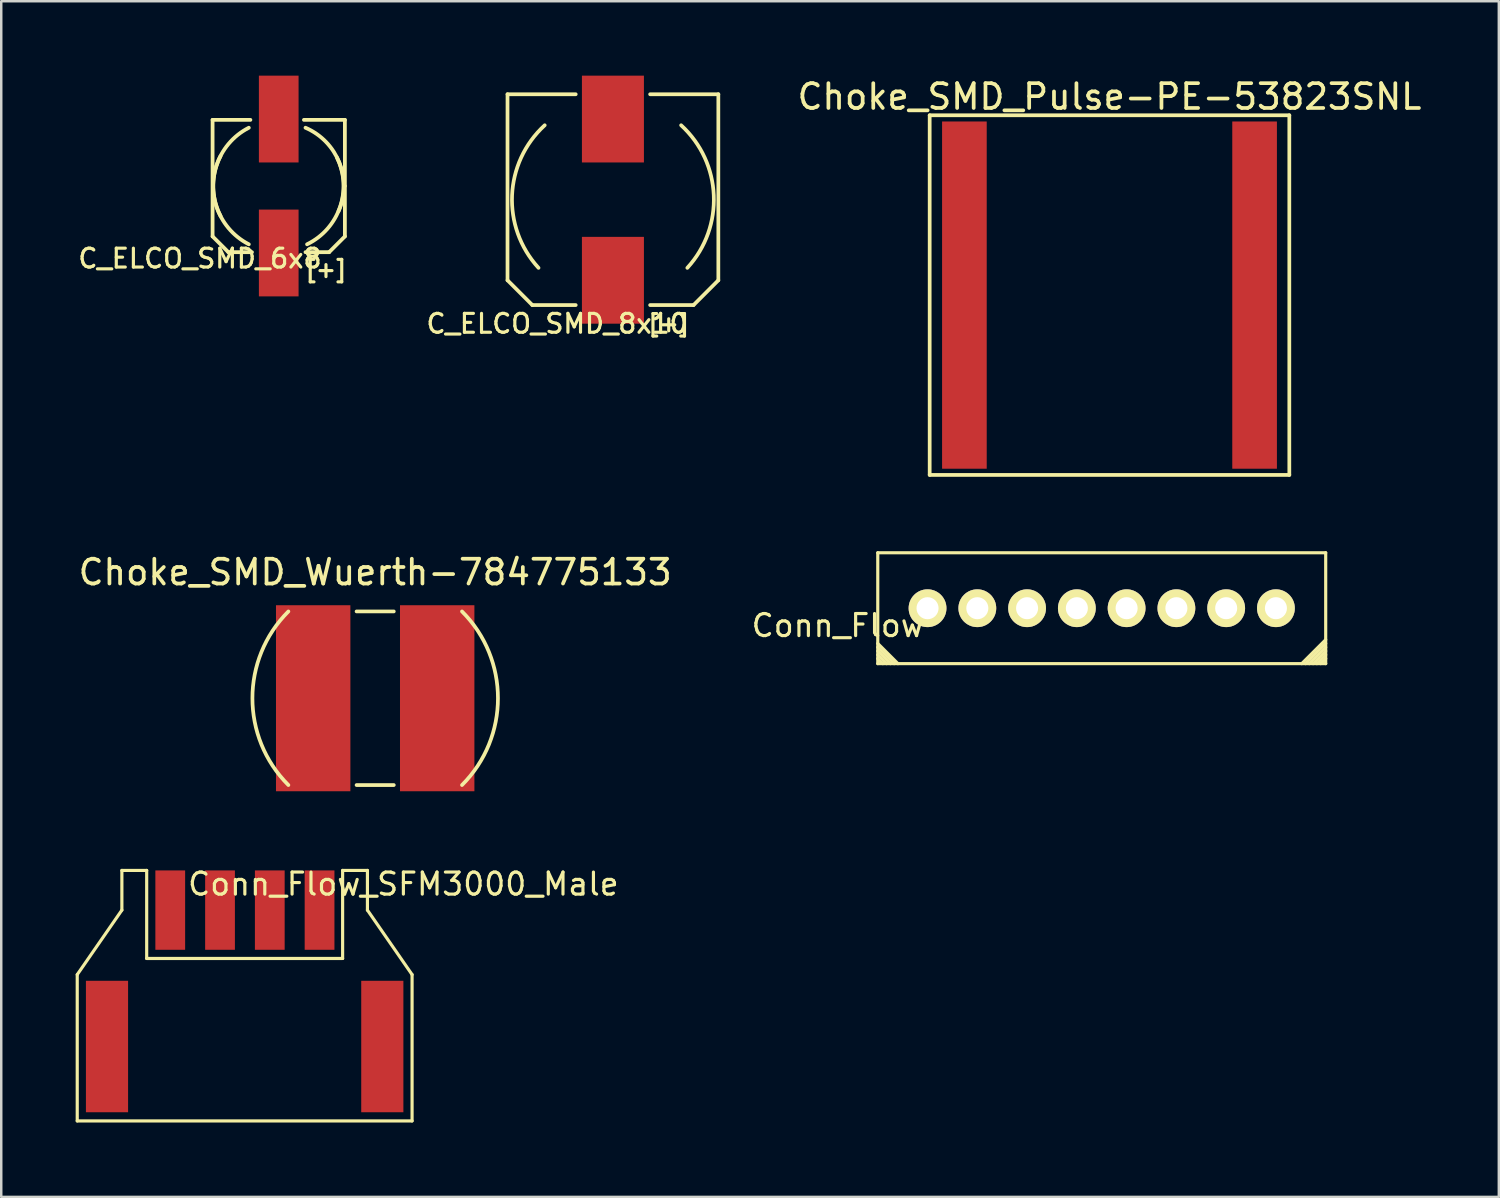
<source format=kicad_pcb>
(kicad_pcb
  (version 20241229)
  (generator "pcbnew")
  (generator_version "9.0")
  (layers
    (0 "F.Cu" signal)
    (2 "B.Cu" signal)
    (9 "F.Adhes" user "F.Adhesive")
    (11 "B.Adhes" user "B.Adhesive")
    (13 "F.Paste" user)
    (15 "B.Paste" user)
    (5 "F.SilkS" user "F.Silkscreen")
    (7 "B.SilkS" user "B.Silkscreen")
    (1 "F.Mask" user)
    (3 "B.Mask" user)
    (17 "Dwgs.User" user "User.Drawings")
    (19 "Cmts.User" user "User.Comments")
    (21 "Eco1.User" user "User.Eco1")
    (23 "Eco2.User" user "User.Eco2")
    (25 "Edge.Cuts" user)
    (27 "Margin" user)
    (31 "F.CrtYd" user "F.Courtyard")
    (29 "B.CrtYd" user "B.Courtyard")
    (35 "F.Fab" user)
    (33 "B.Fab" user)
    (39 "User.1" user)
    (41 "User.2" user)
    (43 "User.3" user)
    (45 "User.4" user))
  (footprint "Conn_Flow"
    (layer "F.Cu")
    (at 34.347 21.472)
    (property "Reference" "Conn_Flow" (at -3.619 0.699 0) (layer "F.SilkS") (effects (font (size 0.889 0.889) (thickness 0.127))))
    (attr smd)
    (fp_line (start -2.007 -2.235) (end -2.007 2.235) (stroke (width 0.127) (type solid)) (layer "F.SilkS"))
    (fp_line (start -2.007 -2.235) (end 16.053 -2.235) (stroke (width 0.127) (type solid)) (layer "F.SilkS"))
    (fp_line (start -2.007 1.575) (end -1.346 2.235) (stroke (width 0.127) (type solid)) (layer "F.SilkS"))
    (fp_line (start -2.007 1.727) (end -1.499 2.235) (stroke (width 0.127) (type solid)) (layer "F.SilkS"))
    (fp_line (start -2.007 1.88) (end -1.651 2.235) (stroke (width 0.127) (type solid)) (layer "F.SilkS"))
    (fp_line (start -1.803 2.235) (end -2.007 2.032) (stroke (width 0.127) (type solid)) (layer "F.SilkS"))
    (fp_line (start -1.194 2.235) (end -2.007 1.422) (stroke (width 0.127) (type solid)) (layer "F.SilkS"))
    (fp_line (start 15.24 2.235) (end 16.053 1.422) (stroke (width 0.127) (type solid)) (layer "F.SilkS"))
    (fp_line (start 16.053 -2.235) (end 16.053 2.235) (stroke (width 0.127) (type solid)) (layer "F.SilkS"))
    (fp_line (start 16.053 1.27) (end 15.088 2.235) (stroke (width 0.127) (type solid)) (layer "F.SilkS"))
    (fp_line (start 16.053 1.575) (end 15.392 2.235) (stroke (width 0.127) (type solid)) (layer "F.SilkS"))
    (fp_line (start 16.053 1.727) (end 15.545 2.235) (stroke (width 0.127) (type solid)) (layer "F.SilkS"))
    (fp_line (start 16.053 1.88) (end 15.697 2.235) (stroke (width 0.127) (type solid)) (layer "F.SilkS"))
    (fp_line (start 16.053 2.032) (end 15.85 2.235) (stroke (width 0.127) (type solid)) (layer "F.SilkS"))
    (fp_line (start 16.053 2.235) (end -2.007 2.235) (stroke (width 0.127) (type solid)) (layer "F.SilkS"))
    (pad "1" thru_hole circle (at 0 0) (size 1.524 1.524) (drill 0.889) (layers "*.Cu" "*.Mask" "F.SilkS"))
    (pad "2" thru_hole circle (at 2.007 0) (size 1.524 1.524) (drill 0.889) (layers "*.Cu" "*.Mask" "F.SilkS"))
    (pad "3" thru_hole circle (at 4.013 0) (size 1.524 1.524) (drill 0.889) (layers "*.Cu" "*.Mask" "F.SilkS"))
    (pad "4" thru_hole circle (at 6.02 0) (size 1.524 1.524) (drill 0.889) (layers "*.Cu" "*.Mask" "F.SilkS"))
    (pad "5" thru_hole circle (at 8.026 0) (size 1.524 1.524) (drill 0.889) (layers "*.Cu" "*.Mask" "F.SilkS"))
    (pad "6" thru_hole circle (at 10.033 0) (size 1.524 1.524) (drill 0.889) (layers "*.Cu" "*.Mask" "F.SilkS"))
    (pad "7" thru_hole circle (at 12.04 0) (size 1.524 1.524) (drill 0.889) (layers "*.Cu" "*.Mask" "F.SilkS"))
    (pad "8" thru_hole circle (at 14.046 0) (size 1.524 1.524) (drill 0.889) (layers "*.Cu" "*.Mask" "F.SilkS")))
  (footprint "Choke_SMD_Wuerth-784775133"
    (layer "F.Cu")
    (at 12.077 25.102)
    (property "Reference" "Choke_SMD_Wuerth-784775133" (at 0 -5.08 0) (layer "F.SilkS") (effects (font (size 1 1) (thickness 0.15))))
    (attr smd)
    (fp_line (start -0.75 3.5) (end 0.75 3.5) (stroke (width 0.15) (type solid)) (layer "F.SilkS"))
    (fp_line (start 0.75 -3.5) (end -0.75 -3.5) (stroke (width 0.15) (type solid)) (layer "F.SilkS"))
    (fp_arc (start -3.5 3.5) (mid -4.949747 0) (end -3.5 -3.5) (stroke (width 0.15) (type solid)) (layer "F.SilkS"))
    (fp_arc (start 3.5 -3.5) (mid 4.949747 0) (end 3.5 3.5) (stroke (width 0.15) (type solid)) (layer "F.SilkS"))
    (pad "1" smd rect (at -2.5 0) (size 3 7.5) (layers "F.Cu" "F.Mask" "F.Paste"))
    (pad "2" smd rect (at 2.5 0) (size 3 7.5) (layers "F.Cu" "F.Mask" "F.Paste")))
  (footprint "C_ELCO_SMD_8x10"
    (layer "F.Cu")
    (at 21.662 5)
    (property "Reference" "C_ELCO_SMD_8x10" (at -2.25 5 0) (layer "F.SilkS") (effects (font (size 0.762 0.762) (thickness 0.127))))
    (attr smd)
    (fp_line (start -4.25 -4.25) (end -4.25 3.25) (stroke (width 0.15) (type solid)) (layer "F.SilkS"))
    (fp_line (start -4.25 3.25) (end -3.25 4.25) (stroke (width 0.15) (type solid)) (layer "F.SilkS"))
    (fp_line (start -3.25 4.25) (end -1.5 4.25) (stroke (width 0.15) (type solid)) (layer "F.SilkS"))
    (fp_line (start -1.5 -4.25) (end -4.25 -4.25) (stroke (width 0.15) (type solid)) (layer "F.SilkS"))
    (fp_line (start 1.5 4.25) (end 3.25 4.25) (stroke (width 0.15) (type solid)) (layer "F.SilkS"))
    (fp_line (start 3.25 4.25) (end 4.25 3.25) (stroke (width 0.15) (type solid)) (layer "F.SilkS"))
    (fp_line (start 4.25 -4.25) (end 1.5 -4.25) (stroke (width 0.15) (type solid)) (layer "F.SilkS"))
    (fp_line (start 4.25 3.25) (end 4.25 -4.25) (stroke (width 0.15) (type solid)) (layer "F.SilkS"))
    (fp_arc (start -3 2.75) (mid -4.065864 -0.176777) (end -2.75 -3) (stroke (width 0.15) (type solid)) (layer "F.SilkS"))
    (fp_arc (start 2.75 -3) (mid 4.065864 -0.176777) (end 3 2.75) (stroke (width 0.15) (type solid)) (layer "F.SilkS"))
    (fp_text user "[+]" (at 2.25 5 0) (layer "F.SilkS") (effects (font (size 0.635 0.635) (thickness 0.127))))
    (pad "1" smd rect (at 0 3.25) (size 2.5 3.5) (layers "F.Cu" "F.Mask" "F.Paste"))
    (pad "2" smd rect (at 0 -3.25) (size 2.5 3.5) (layers "F.Cu" "F.Mask" "F.Paste")))
  (footprint "C_ELCO_SMD_6x8"
    (layer "F.Cu")
    (at 8.188 4.45)
    (property "Reference" "C_ELCO_SMD_6x8" (at -3.175 2.921 0) (layer "F.SilkS") (effects (font (size 0.762 0.762) (thickness 0.127))))
    (attr smd)
    (fp_line (start -2.667 -2.667) (end -1.143 -2.667) (stroke (width 0.152) (type solid)) (layer "F.SilkS"))
    (fp_line (start -2.667 2.032) (end -2.667 -2.667) (stroke (width 0.152) (type solid)) (layer "F.SilkS"))
    (fp_line (start -2.032 2.667) (end -2.667 2.032) (stroke (width 0.152) (type solid)) (layer "F.SilkS"))
    (fp_line (start -2.032 2.667) (end -1.079 2.667) (stroke (width 0.152) (type solid)) (layer "F.SilkS"))
    (fp_line (start 2.032 2.667) (end 1.079 2.667) (stroke (width 0.152) (type solid)) (layer "F.SilkS"))
    (fp_line (start 2.032 2.667) (end 2.667 2.032) (stroke (width 0.152) (type solid)) (layer "F.SilkS"))
    (fp_line (start 2.667 -2.667) (end 1.016 -2.667) (stroke (width 0.152) (type solid)) (layer "F.SilkS"))
    (fp_line (start 2.667 -2.667) (end 2.667 0) (stroke (width 0.152) (type solid)) (layer "F.SilkS"))
    (fp_line (start 2.667 2.032) (end 2.667 0) (stroke (width 0.152) (type solid)) (layer "F.SilkS"))
    (fp_arc (start -2.3495 1.2065) (mid -2.514472 -0.808223) (end -1.2065 -2.3495) (stroke (width 0.1524) (type solid)) (layer "F.SilkS"))
    (fp_arc (start -1.2065 2.3495) (mid -2.514472 0.808223) (end -2.3495 -1.2065) (stroke (width 0.1524) (type solid)) (layer "F.SilkS"))
    (fp_arc (start 1.0795 -2.3495) (mid 2.443268 -0.942927) (end 2.413 1.016) (stroke (width 0.1524) (type solid)) (layer "F.SilkS"))
    (fp_arc (start 2.3495 -1.143) (mid 2.46957 0.853124) (end 1.143 2.3495) (stroke (width 0.1524) (type solid)) (layer "F.SilkS"))
    (fp_text user "[+]" (at 1.905 3.365 0) (layer "F.SilkS") (effects (font (size 0.635 0.635) (thickness 0.127))))
    (pad "1" smd rect (at 0 2.7) (size 1.6 3.5) (layers "F.Cu" "F.Mask" "F.Paste"))
    (pad "2" smd rect (at 0 -2.7) (size 1.6 3.5) (layers "F.Cu" "F.Mask" "F.Paste")))
  (footprint "Choke_SMD_Pulse-PE-53823SNL"
    (layer "F.Cu")
    (at 41.683 8.848)
    (property "Reference" "Choke_SMD_Pulse-PE-53823SNL" (at 0 -8 0) (layer "F.SilkS") (effects (font (size 1 1) (thickness 0.15))))
    (attr smd)
    (fp_line (start -7.25 -7.25) (end 7.25 -7.25) (stroke (width 0.15) (type solid)) (layer "F.SilkS"))
    (fp_line (start -7.25 7.25) (end -7.25 -7.25) (stroke (width 0.15) (type solid)) (layer "F.SilkS"))
    (fp_line (start 7.25 -7.25) (end 7.25 7.25) (stroke (width 0.15) (type solid)) (layer "F.SilkS"))
    (fp_line (start 7.25 7.25) (end -7.25 7.25) (stroke (width 0.15) (type solid)) (layer "F.SilkS"))
    (pad "1" smd rect (at -5.85 0) (size 1.8 14) (layers "F.Cu" "F.Mask" "F.Paste"))
    (pad "2" smd rect (at 5.85 0) (size 1.8 14) (layers "F.Cu" "F.Mask" "F.Paste")))
  (footprint "Conn_Flow_SFM3000_Male"
    (layer "F.Cu")
    (at 6.814 33.644)
    (property "Reference" "Conn_Flow_SFM3000_Male" (at 6.4 -1.05 0) (layer "F.SilkS") (effects (font (size 0.889 0.889) (thickness 0.127))))
    (attr smd)
    (fp_line (start -6.75 2.6) (end -6.75 8.5) (stroke (width 0.127) (type solid)) (layer "F.SilkS"))
    (fp_line (start -6.75 8.5) (end 6.75 8.5) (stroke (width 0.127) (type solid)) (layer "F.SilkS"))
    (fp_line (start -4.95 -1.6) (end -4.95 0) (stroke (width 0.127) (type solid)) (layer "F.SilkS"))
    (fp_line (start -4.95 0) (end -6.75 2.6) (stroke (width 0.127) (type solid)) (layer "F.SilkS"))
    (fp_line (start -3.95 -1.6) (end -4.95 -1.6) (stroke (width 0.127) (type solid)) (layer "F.SilkS"))
    (fp_line (start -3.95 -1.6) (end -3.95 1.95) (stroke (width 0.127) (type solid)) (layer "F.SilkS"))
    (fp_line (start -3.95 1.95) (end 3.95 1.95) (stroke (width 0.127) (type solid)) (layer "F.SilkS"))
    (fp_line (start 3.95 -1.6) (end 4.95 -1.6) (stroke (width 0.127) (type solid)) (layer "F.SilkS"))
    (fp_line (start 3.95 1.95) (end 3.95 -1.6) (stroke (width 0.127) (type solid)) (layer "F.SilkS"))
    (fp_line (start 4.95 -1.6) (end 4.95 0) (stroke (width 0.127) (type solid)) (layer "F.SilkS"))
    (fp_line (start 4.95 0) (end 6.75 2.6) (stroke (width 0.127) (type solid)) (layer "F.SilkS"))
    (fp_line (start 6.75 8.5) (end 6.75 2.6) (stroke (width 0.127) (type solid)) (layer "F.SilkS"))
    (pad "" smd rect (at -5.55 5.5) (size 1.7 5.3) (layers "F.Cu" "F.Mask" "F.Paste"))
    (pad "" smd rect (at 5.55 5.5) (size 1.7 5.3) (layers "F.Cu" "F.Mask" "F.Paste"))
    (pad "1" smd rect (at -3 0) (size 1.2 3.2) (layers "F.Cu" "F.Mask" "F.Paste"))
    (pad "2" smd rect (at -0.993 0) (size 1.2 3.2) (layers "F.Cu" "F.Mask" "F.Paste"))
    (pad "3" smd rect (at 1.013 0) (size 1.2 3.2) (layers "F.Cu" "F.Mask" "F.Paste"))
    (pad "4" smd rect (at 3.02 0) (size 1.2 3.2) (layers "F.Cu" "F.Mask" "F.Paste")))
  (gr_rect
    (start -3 -3)
    (end 57.38 45.208)
    (stroke (width 0.1) (type default))
    (fill no)
    (layer "Edge.Cuts")))
</source>
